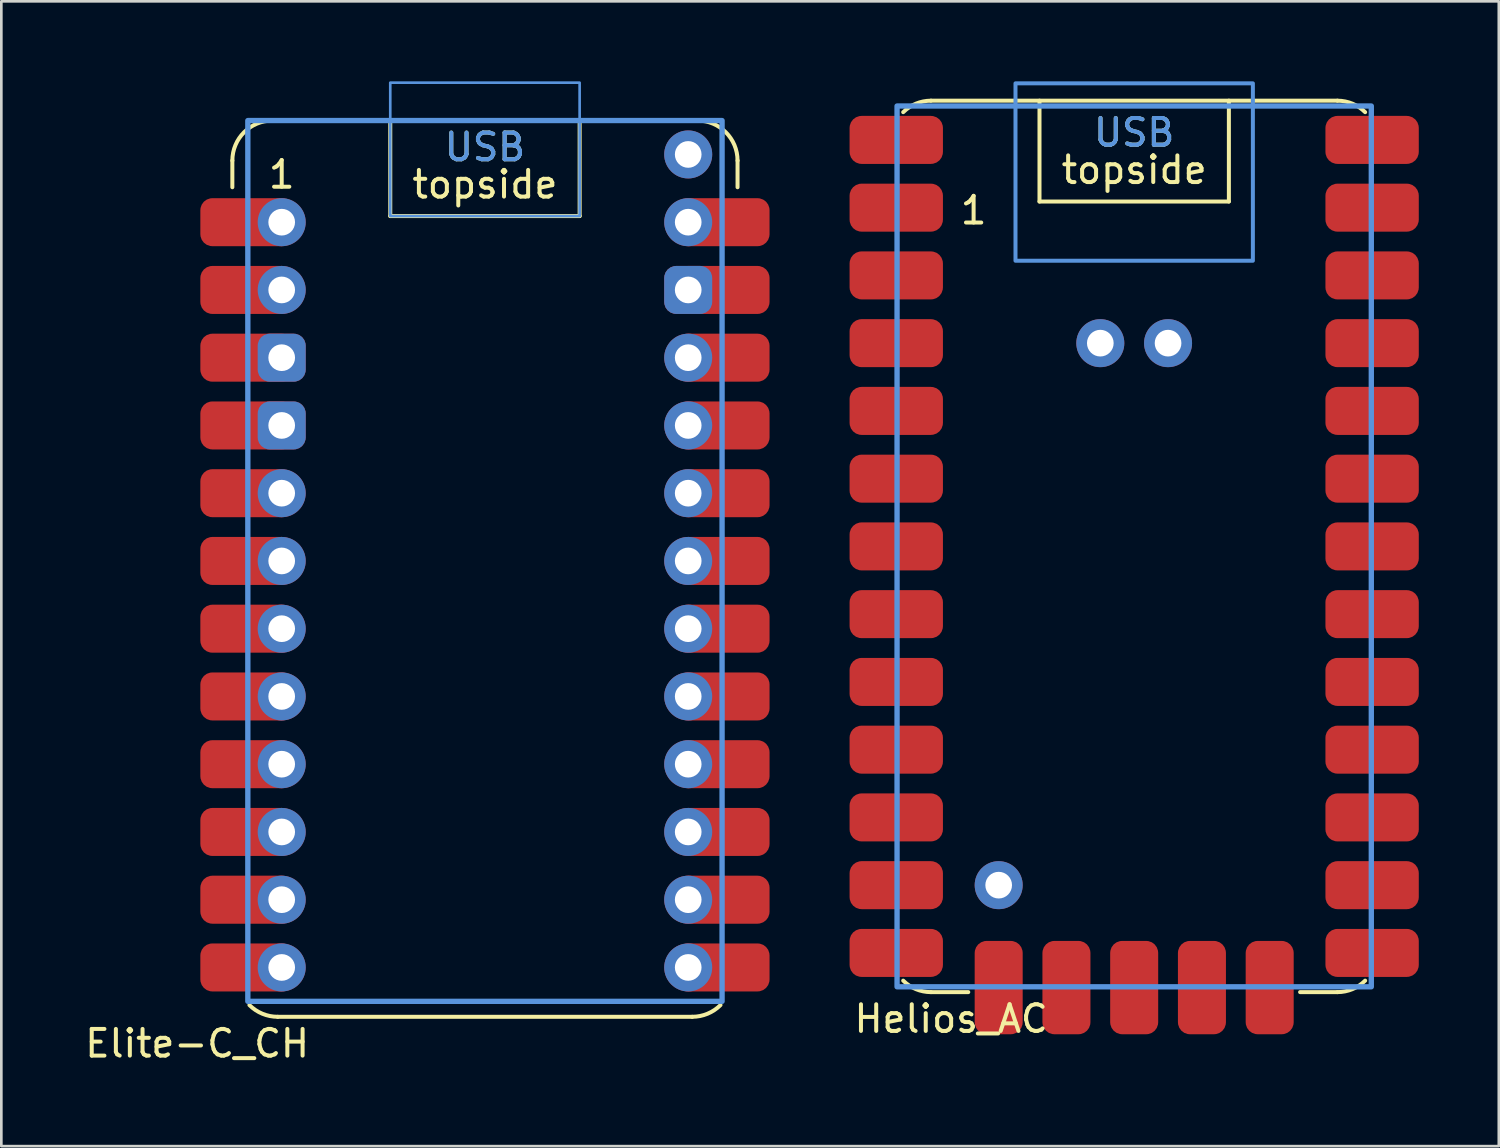
<source format=kicad_pcb>
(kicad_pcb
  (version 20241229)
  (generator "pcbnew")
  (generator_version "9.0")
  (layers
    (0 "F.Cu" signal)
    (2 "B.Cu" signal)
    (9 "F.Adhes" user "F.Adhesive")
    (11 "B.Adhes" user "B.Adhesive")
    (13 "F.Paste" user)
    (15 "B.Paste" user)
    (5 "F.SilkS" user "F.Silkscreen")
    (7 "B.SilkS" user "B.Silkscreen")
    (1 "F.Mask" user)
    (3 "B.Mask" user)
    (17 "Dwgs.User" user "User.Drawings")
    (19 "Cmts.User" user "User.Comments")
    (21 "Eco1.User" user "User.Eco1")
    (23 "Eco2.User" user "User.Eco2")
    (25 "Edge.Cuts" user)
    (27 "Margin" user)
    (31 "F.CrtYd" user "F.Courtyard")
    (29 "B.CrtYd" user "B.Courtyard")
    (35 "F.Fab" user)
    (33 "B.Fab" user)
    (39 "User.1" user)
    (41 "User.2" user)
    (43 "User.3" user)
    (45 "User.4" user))
  (footprint "Elite-C_CH"
    (layer "F.Cu")
    (at 15.131 19.25)
    (property "Reference" "Elite-C_CH" (at -6.5 16.82 0) (layer "F.SilkS") (effects (font (size 1 1) (thickness 0.15)) (justify right)))
    (attr through_hole exclude_from_pos_files exclude_from_bom)
    (fp_line (start -9.47 -16.28) (end -9.47 -15.28) (stroke (width 0.15) (type default)) (layer "F.SilkS"))
    (fp_line (start -3.55 -14.2) (end -3.55 -17.78) (stroke (width 0.15) (type default)) (layer "F.SilkS"))
    (fp_line (start 3.55 -14.2) (end -3.55 -14.2) (stroke (width 0.15) (type default)) (layer "F.SilkS"))
    (fp_line (start 3.55 -14.2) (end 3.55 -17.78) (stroke (width 0.15) (type default)) (layer "F.SilkS"))
    (fp_line (start 7.77 15.82) (end -7.77 15.82) (stroke (width 0.15) (type default)) (layer "F.SilkS"))
    (fp_line (start 7.97 -17.78) (end -7.97 -17.78) (stroke (width 0.15) (type default)) (layer "F.SilkS"))
    (fp_line (start 9.47 -16.28) (end 9.47 -15.28) (stroke (width 0.15) (type default)) (layer "F.SilkS"))
    (fp_arc (start -9.47 -16.28) (mid -9.03066 -17.34066) (end -7.97 -17.78) (stroke (width 0.15) (type default)) (layer "F.SilkS"))
    (fp_arc (start -7.77 15.82) (mid -8.344025 15.705819) (end -8.83066 15.38066) (stroke (width 0.15) (type default)) (layer "F.SilkS"))
    (fp_arc (start 7.97 -17.78) (mid 9.03066 -17.34066) (end 9.47 -16.28) (stroke (width 0.15) (type default)) (layer "F.SilkS"))
    (fp_arc (start 8.83066 15.38066) (mid 8.344025 15.705819) (end 7.77 15.82) (stroke (width 0.15) (type default)) (layer "F.SilkS"))
    (fp_rect (start -3.55 -19.2) (end 3.55 -14.2) (stroke (width 0.1) (type default)) (fill no) (layer "Cmts.User"))
    (fp_rect (start 8.89 -17.78) (end -8.89 15.24) (stroke (width 0.2) (type solid)) (fill no) (layer "Cmts.User"))
    (fp_text user "USB" (at 0 -16.2 0) (unlocked yes) (layer "F.SilkS") (effects (font (size 1 1) (thickness 0.15)) (justify bottom)))
    (fp_text user "1" (at -7.62 -15.17 0) (layer "F.SilkS") (effects (font (size 1 1) (thickness 0.15)) (justify bottom)))
    (fp_text user "topside" (at 0 -14.8 0) (unlocked yes) (layer "F.SilkS") (effects (font (size 1 1) (thickness 0.15)) (justify bottom)))
    (fp_text user "USB" (at 0 -16.2 0) (layer "Cmts.User") (effects (font (size 1 1) (thickness 0.15)) (justify bottom)))
    (pad "1" smd roundrect (at -8.92 -13.97) (size 3.5 1.8) (layers "F.Cu" "F.Mask") (roundrect_rratio 0.25))
    (pad "1" thru_hole circle (at -7.62 -13.97) (size 1.8 1.8) (drill 1) (layers "*.Cu" "*.Mask"))
    (pad "2" smd roundrect (at -8.92 -11.43) (size 3.5 1.8) (layers "F.Cu" "F.Mask") (roundrect_rratio 0.25))
    (pad "2" thru_hole circle (at -7.62 -11.43) (size 1.8 1.8) (drill 1) (layers "*.Cu" "*.Mask"))
    (pad "3" smd roundrect (at -8.92 -8.89) (size 3.5 1.8) (layers "F.Cu" "F.Mask") (roundrect_rratio 0.25))
    (pad "3" thru_hole roundrect (at -7.62 -8.89) (size 1.8 1.8) (drill 1) (layers "*.Cu" "*.Mask") (roundrect_rratio 0.25))
    (pad "4" smd roundrect (at -8.92 -6.35) (size 3.5 1.8) (layers "F.Cu" "F.Mask") (roundrect_rratio 0.25))
    (pad "4" thru_hole roundrect (at -7.62 -6.35) (size 1.8 1.8) (drill 1) (layers "*.Cu" "*.Mask") (roundrect_rratio 0.25))
    (pad "5" smd roundrect (at -8.92 -3.81) (size 3.5 1.8) (layers "F.Cu" "F.Mask") (roundrect_rratio 0.25))
    (pad "5" thru_hole circle (at -7.62 -3.81) (size 1.8 1.8) (drill 1) (layers "*.Cu" "*.Mask"))
    (pad "6" smd roundrect (at -8.92 -1.27) (size 3.5 1.8) (layers "F.Cu" "F.Mask") (roundrect_rratio 0.25))
    (pad "6" thru_hole circle (at -7.62 -1.27) (size 1.8 1.8) (drill 1) (layers "*.Cu" "*.Mask"))
    (pad "7" smd roundrect (at -8.92 1.27) (size 3.5 1.8) (layers "F.Cu" "F.Mask") (roundrect_rratio 0.25))
    (pad "7" thru_hole circle (at -7.62 1.27) (size 1.8 1.8) (drill 1) (layers "*.Cu" "*.Mask"))
    (pad "8" smd roundrect (at -8.92 3.81) (size 3.5 1.8) (layers "F.Cu" "F.Mask") (roundrect_rratio 0.25))
    (pad "8" thru_hole circle (at -7.62 3.81) (size 1.8 1.8) (drill 1) (layers "*.Cu" "*.Mask"))
    (pad "9" smd roundrect (at -8.92 6.35) (size 3.5 1.8) (layers "F.Cu" "F.Mask") (roundrect_rratio 0.25))
    (pad "9" thru_hole circle (at -7.62 6.35) (size 1.8 1.8) (drill 1) (layers "*.Cu" "*.Mask"))
    (pad "10" smd roundrect (at -8.92 8.89) (size 3.5 1.8) (layers "F.Cu" "F.Mask") (roundrect_rratio 0.25))
    (pad "10" thru_hole circle (at -7.62 8.89) (size 1.8 1.8) (drill 1) (layers "*.Cu" "*.Mask"))
    (pad "11" smd roundrect (at -8.92 11.43) (size 3.5 1.8) (layers "F.Cu" "F.Mask") (roundrect_rratio 0.25))
    (pad "11" thru_hole circle (at -7.62 11.43) (size 1.8 1.8) (drill 1) (layers "*.Cu" "*.Mask"))
    (pad "12" smd roundrect (at -8.92 13.97) (size 3.5 1.8) (layers "F.Cu" "F.Mask") (roundrect_rratio 0.25))
    (pad "12" thru_hole circle (at -7.62 13.97) (size 1.8 1.8) (drill 1) (layers "*.Cu" "*.Mask"))
    (pad "13" thru_hole circle (at 7.62 -13.97) (size 1.8 1.8) (drill 1) (layers "*.Cu" "*.Mask"))
    (pad "13" smd roundrect (at 8.92 -13.97) (size 3.5 1.8) (layers "F.Cu" "F.Mask") (roundrect_rratio 0.25))
    (pad "14" thru_hole roundrect (at 7.62 -11.43) (size 1.8 1.8) (drill 1) (layers "*.Cu" "*.Mask") (roundrect_rratio 0.25))
    (pad "14" smd roundrect (at 8.92 -11.43) (size 3.5 1.8) (layers "F.Cu" "F.Mask") (roundrect_rratio 0.25))
    (pad "15" thru_hole circle (at 7.62 -8.89) (size 1.8 1.8) (drill 1) (layers "*.Cu" "*.Mask"))
    (pad "15" smd roundrect (at 8.92 -8.89) (size 3.5 1.8) (layers "F.Cu" "F.Mask") (roundrect_rratio 0.25))
    (pad "16" thru_hole circle (at 7.62 -6.35) (size 1.8 1.8) (drill 1) (layers "*.Cu" "*.Mask"))
    (pad "16" smd roundrect (at 8.92 -6.35) (size 3.5 1.8) (layers "F.Cu" "F.Mask") (roundrect_rratio 0.25))
    (pad "17" thru_hole circle (at 7.62 -3.81) (size 1.8 1.8) (drill 1) (layers "*.Cu" "*.Mask"))
    (pad "17" smd roundrect (at 8.92 -3.81) (size 3.5 1.8) (layers "F.Cu" "F.Mask") (roundrect_rratio 0.25))
    (pad "18" thru_hole circle (at 7.62 -1.27) (size 1.8 1.8) (drill 1) (layers "*.Cu" "*.Mask"))
    (pad "18" smd roundrect (at 8.92 -1.27) (size 3.5 1.8) (layers "F.Cu" "F.Mask") (roundrect_rratio 0.25))
    (pad "19" thru_hole circle (at 7.62 1.27) (size 1.8 1.8) (drill 1) (layers "*.Cu" "*.Mask"))
    (pad "19" smd roundrect (at 8.92 1.27) (size 3.5 1.8) (layers "F.Cu" "F.Mask") (roundrect_rratio 0.25))
    (pad "20" thru_hole circle (at 7.62 3.81) (size 1.8 1.8) (drill 1) (layers "*.Cu" "*.Mask"))
    (pad "20" smd roundrect (at 8.92 3.81) (size 3.5 1.8) (layers "F.Cu" "F.Mask") (roundrect_rratio 0.25))
    (pad "21" thru_hole circle (at 7.62 6.35) (size 1.8 1.8) (drill 1) (layers "*.Cu" "*.Mask"))
    (pad "21" smd roundrect (at 8.92 6.35) (size 3.5 1.8) (layers "F.Cu" "F.Mask") (roundrect_rratio 0.25))
    (pad "22" thru_hole circle (at 7.62 8.89) (size 1.8 1.8) (drill 1) (layers "*.Cu" "*.Mask"))
    (pad "22" smd roundrect (at 8.92 8.89) (size 3.5 1.8) (layers "F.Cu" "F.Mask") (roundrect_rratio 0.25))
    (pad "23" thru_hole circle (at 7.62 11.43) (size 1.8 1.8) (drill 1) (layers "*.Cu" "*.Mask"))
    (pad "23" smd roundrect (at 8.92 11.43) (size 3.5 1.8) (layers "F.Cu" "F.Mask") (roundrect_rratio 0.25))
    (pad "24" thru_hole circle (at 7.62 13.97) (size 1.8 1.8) (drill 1) (layers "*.Cu" "*.Mask"))
    (pad "24" smd roundrect (at 8.92 13.97) (size 3.5 1.8) (layers "F.Cu" "F.Mask") (roundrect_rratio 0.25))
    (pad "30" thru_hole circle (at 7.62 -16.51) (size 1.8 1.8) (drill 1) (layers "*.Cu" "*.Mask")))
  (footprint "Helios_AC"
    (layer "F.Cu")
    (at 39.471 18.705)
    (property "Reference" "Helios_AC" (at -10.58 16.44 0) (layer "F.SilkS") (effects (font (size 1 1) (thickness 0.15)) (justify left)))
    (attr through_hole exclude_from_pos_files exclude_from_bom)
    (fp_line (start -6.22 15.44) (end -7.62 15.44) (stroke (width 0.15) (type default)) (layer "F.SilkS"))
    (fp_line (start -3.55 -14.2) (end -3.55 -17.98) (stroke (width 0.15) (type default)) (layer "F.SilkS"))
    (fp_line (start 3.55 -14.2) (end -3.55 -14.2) (stroke (width 0.15) (type default)) (layer "F.SilkS"))
    (fp_line (start 3.55 -14.2) (end 3.55 -17.98) (stroke (width 0.15) (type default)) (layer "F.SilkS"))
    (fp_line (start 7.62 -17.98) (end -7.62 -17.98) (stroke (width 0.15) (type default)) (layer "F.SilkS"))
    (fp_line (start 7.62 15.44) (end 6.22 15.44) (stroke (width 0.15) (type default)) (layer "F.SilkS"))
    (fp_arc (start -8.659446 -17.549446) (mid -8.182544 -17.868102) (end -7.62 -17.98) (stroke (width 0.15) (type default)) (layer "F.SilkS"))
    (fp_arc (start -7.62 15.44) (mid -8.182545 15.328103) (end -8.659447 15.009447) (stroke (width 0.15) (type default)) (layer "F.SilkS"))
    (fp_arc (start 7.62 -17.98) (mid 8.182545 -17.868103) (end 8.659447 -17.549447) (stroke (width 0.15) (type default)) (layer "F.SilkS"))
    (fp_arc (start 8.659447 15.009447) (mid 8.182545 15.328103) (end 7.62 15.44) (stroke (width 0.15) (type default)) (layer "F.SilkS"))
    (fp_rect (start -4.45 -18.63) (end 4.45 -11.98) (stroke (width 0.15) (type default)) (fill no) (layer "Cmts.User"))
    (fp_rect (start 8.89 -17.78) (end -8.89 15.24) (stroke (width 0.2) (type solid)) (fill no) (layer "Cmts.User"))
    (fp_text user "USB" (at 0 -16.2 0) (unlocked yes) (layer "F.SilkS") (effects (font (size 1 1) (thickness 0.15)) (justify bottom)))
    (fp_text user "topside" (at 0 -14.8 0) (unlocked yes) (layer "F.SilkS") (effects (font (size 1 1) (thickness 0.15)) (justify bottom)))
    (fp_text user "1" (at -6.02 -13.283 0) (layer "F.SilkS") (effects (font (size 1 1) (thickness 0.15)) (justify bottom)))
    (fp_text user "USB" (at 0 -16.2 0) (layer "Cmts.User") (effects (font (size 1 1) (thickness 0.15)) (justify bottom)))
    (pad "1" smd roundrect (at -8.92 -13.97) (size 3.5 1.8) (layers "F.Cu" "F.Mask") (roundrect_rratio 0.25))
    (pad "2" smd roundrect (at -8.92 -11.43) (size 3.5 1.8) (layers "F.Cu" "F.Mask") (roundrect_rratio 0.25))
    (pad "3" smd roundrect (at -8.92 -8.89) (size 3.5 1.8) (layers "F.Cu" "F.Mask") (roundrect_rratio 0.25))
    (pad "4" smd roundrect (at -8.92 -6.35) (size 3.5 1.8) (layers "F.Cu" "F.Mask") (roundrect_rratio 0.25))
    (pad "5" smd roundrect (at -8.92 -3.81) (size 3.5 1.8) (layers "F.Cu" "F.Mask") (roundrect_rratio 0.25))
    (pad "6" smd roundrect (at -8.92 -1.27) (size 3.5 1.8) (layers "F.Cu" "F.Mask") (roundrect_rratio 0.25))
    (pad "7" smd roundrect (at -8.92 1.27) (size 3.5 1.8) (layers "F.Cu" "F.Mask") (roundrect_rratio 0.25))
    (pad "8" smd roundrect (at -8.92 3.81) (size 3.5 1.8) (layers "F.Cu" "F.Mask") (roundrect_rratio 0.25))
    (pad "9" smd roundrect (at -8.92 6.35) (size 3.5 1.8) (layers "F.Cu" "F.Mask") (roundrect_rratio 0.25))
    (pad "10" smd roundrect (at -8.92 8.89) (size 3.5 1.8) (layers "F.Cu" "F.Mask") (roundrect_rratio 0.25))
    (pad "11" smd roundrect (at -8.92 11.43) (size 3.5 1.8) (layers "F.Cu" "F.Mask") (roundrect_rratio 0.25))
    (pad "12" smd roundrect (at -8.92 13.97) (size 3.5 1.8) (layers "F.Cu" "F.Mask") (roundrect_rratio 0.25))
    (pad "13" smd roundrect (at 8.92 -13.97) (size 3.5 1.8) (layers "F.Cu" "F.Mask") (roundrect_rratio 0.25))
    (pad "14" smd roundrect (at 8.92 -11.43) (size 3.5 1.8) (layers "F.Cu" "F.Mask") (roundrect_rratio 0.25))
    (pad "15" smd roundrect (at 8.92 -8.89) (size 3.5 1.8) (layers "F.Cu" "F.Mask") (roundrect_rratio 0.25))
    (pad "16" smd roundrect (at 8.92 -6.35) (size 3.5 1.8) (layers "F.Cu" "F.Mask") (roundrect_rratio 0.25))
    (pad "17" smd roundrect (at 8.92 -3.81) (size 3.5 1.8) (layers "F.Cu" "F.Mask") (roundrect_rratio 0.25))
    (pad "18" smd roundrect (at 8.92 -1.27) (size 3.5 1.8) (layers "F.Cu" "F.Mask") (roundrect_rratio 0.25))
    (pad "19" smd roundrect (at 8.92 1.27) (size 3.5 1.8) (layers "F.Cu" "F.Mask") (roundrect_rratio 0.25))
    (pad "20" smd roundrect (at 8.92 3.81) (size 3.5 1.8) (layers "F.Cu" "F.Mask") (roundrect_rratio 0.25))
    (pad "21" smd roundrect (at 8.92 6.35) (size 3.5 1.8) (layers "F.Cu" "F.Mask") (roundrect_rratio 0.25))
    (pad "22" smd roundrect (at 8.92 8.89) (size 3.5 1.8) (layers "F.Cu" "F.Mask") (roundrect_rratio 0.25))
    (pad "23" smd roundrect (at 8.92 11.43) (size 3.5 1.8) (layers "F.Cu" "F.Mask") (roundrect_rratio 0.25))
    (pad "24" smd roundrect (at 8.92 13.97) (size 3.5 1.8) (layers "F.Cu" "F.Mask") (roundrect_rratio 0.25))
    (pad "25" smd roundrect (at -5.08 15.27 90) (size 3.5 1.8) (layers "F.Cu" "F.Mask") (roundrect_rratio 0.25))
    (pad "26" smd roundrect (at -2.54 15.27 90) (size 3.5 1.8) (layers "F.Cu" "F.Mask") (roundrect_rratio 0.25))
    (pad "27" smd roundrect (at 0 15.27 90) (size 3.5 1.8) (layers "F.Cu" "F.Mask") (roundrect_rratio 0.25))
    (pad "28" smd roundrect (at 2.54 15.27 90) (size 3.5 1.8) (layers "F.Cu" "F.Mask") (roundrect_rratio 0.25))
    (pad "29" smd roundrect (at 5.08 15.27 90) (size 3.5 1.8) (layers "F.Cu" "F.Mask") (roundrect_rratio 0.25))
    (pad "30" smd roundrect (at 8.92 -16.51 180) (size 3.5 1.8) (layers "F.Cu" "F.Mask") (roundrect_rratio 0.25))
    (pad "31" smd roundrect (at -8.92 -16.51) (size 3.5 1.8) (layers "F.Cu" "F.Mask") (roundrect_rratio 0.25))
    (pad "32" thru_hole circle (at -1.27 -8.89) (size 1.8 1.8) (drill 1) (layers "*.Cu" "*.Mask"))
    (pad "33" thru_hole circle (at 1.27 -8.89) (size 1.8 1.8) (drill 1) (layers "*.Cu" "*.Mask"))
    (pad "34" thru_hole circle (at -5.08 11.43) (size 1.8 1.8) (drill 1) (layers "*.Cu" "*.Mask")))
  (gr_rect
    (start -3 -3)
    (end 53.141 39.918)
    (stroke (width 0.1) (type default))
    (fill no)
    (layer "Edge.Cuts")))
</source>
